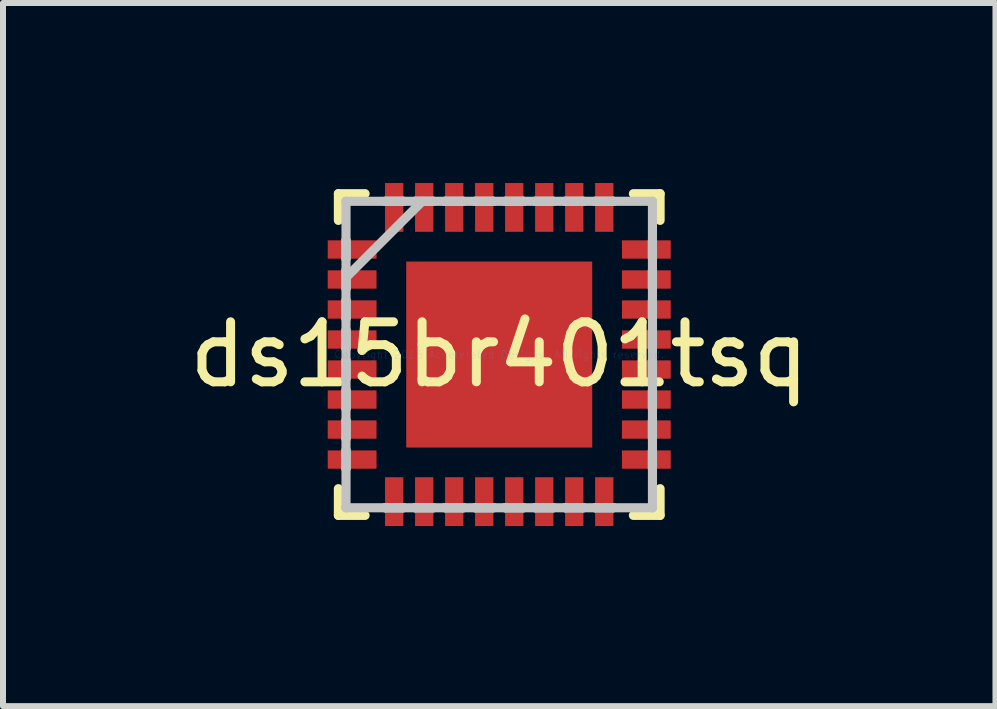
<source format=kicad_pcb>
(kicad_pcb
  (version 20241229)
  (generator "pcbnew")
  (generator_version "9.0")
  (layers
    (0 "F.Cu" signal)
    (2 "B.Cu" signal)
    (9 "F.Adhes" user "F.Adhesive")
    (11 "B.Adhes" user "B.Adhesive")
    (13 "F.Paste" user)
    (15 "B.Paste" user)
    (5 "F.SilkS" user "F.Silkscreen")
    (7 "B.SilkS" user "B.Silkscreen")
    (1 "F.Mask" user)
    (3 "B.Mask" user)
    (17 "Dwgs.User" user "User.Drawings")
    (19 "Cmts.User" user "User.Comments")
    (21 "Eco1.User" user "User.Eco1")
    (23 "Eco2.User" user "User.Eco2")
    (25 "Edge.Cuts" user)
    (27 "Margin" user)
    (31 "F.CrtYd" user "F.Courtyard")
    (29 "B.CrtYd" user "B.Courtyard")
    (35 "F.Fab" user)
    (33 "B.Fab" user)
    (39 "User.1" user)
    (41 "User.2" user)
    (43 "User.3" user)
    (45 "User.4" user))
  (footprint "ds15br401tsq"
    (layer "F.Cu")
    (at 5.268 2.857)
    (property "Reference" "ds15br401tsq" (at 0 0 0) (layer "F.SilkS") (effects (font (size 1 1) (thickness 0.15))))
    (attr through_hole)
    (fp_line (start -2.68 -2.68) (end -2.68 -2.235) (stroke (width 0.152) (type solid)) (layer "F.SilkS"))
    (fp_line (start -2.68 2.235) (end -2.68 2.68) (stroke (width 0.152) (type solid)) (layer "F.SilkS"))
    (fp_line (start -2.68 2.68) (end -2.235 2.68) (stroke (width 0.152) (type solid)) (layer "F.SilkS"))
    (fp_line (start -2.235 -2.68) (end -2.68 -2.68) (stroke (width 0.152) (type solid)) (layer "F.SilkS"))
    (fp_line (start 2.235 2.68) (end 2.68 2.68) (stroke (width 0.152) (type solid)) (layer "F.SilkS"))
    (fp_line (start 2.68 -2.68) (end 2.235 -2.68) (stroke (width 0.152) (type solid)) (layer "F.SilkS"))
    (fp_line (start 2.68 -2.235) (end 2.68 -2.68) (stroke (width 0.152) (type solid)) (layer "F.SilkS"))
    (fp_line (start 2.68 2.68) (end 2.68 2.235) (stroke (width 0.152) (type solid)) (layer "F.SilkS"))
    (fp_line (start -2.553 -2.553) (end -2.553 -2.553) (stroke (width 0.152) (type solid)) (layer "Dwgs.User"))
    (fp_line (start -2.553 -2.553) (end -2.553 2.553) (stroke (width 0.152) (type solid)) (layer "Dwgs.User"))
    (fp_line (start -2.553 -1.902) (end -2.553 -1.902) (stroke (width 0.152) (type solid)) (layer "Dwgs.User"))
    (fp_line (start -2.553 -1.902) (end -2.553 -1.598) (stroke (width 0.152) (type solid)) (layer "Dwgs.User"))
    (fp_line (start -2.553 -1.598) (end -2.553 -1.902) (stroke (width 0.152) (type solid)) (layer "Dwgs.User"))
    (fp_line (start -2.553 -1.598) (end -2.553 -1.598) (stroke (width 0.152) (type solid)) (layer "Dwgs.User"))
    (fp_line (start -2.553 -1.402) (end -2.553 -1.402) (stroke (width 0.152) (type solid)) (layer "Dwgs.User"))
    (fp_line (start -2.553 -1.402) (end -2.553 -1.098) (stroke (width 0.152) (type solid)) (layer "Dwgs.User"))
    (fp_line (start -2.553 -1.283) (end -1.283 -2.553) (stroke (width 0.152) (type solid)) (layer "Dwgs.User"))
    (fp_line (start -2.553 -1.098) (end -2.553 -1.402) (stroke (width 0.152) (type solid)) (layer "Dwgs.User"))
    (fp_line (start -2.553 -1.098) (end -2.553 -1.098) (stroke (width 0.152) (type solid)) (layer "Dwgs.User"))
    (fp_line (start -2.553 -0.902) (end -2.553 -0.902) (stroke (width 0.152) (type solid)) (layer "Dwgs.User"))
    (fp_line (start -2.553 -0.902) (end -2.553 -0.598) (stroke (width 0.152) (type solid)) (layer "Dwgs.User"))
    (fp_line (start -2.553 -0.598) (end -2.553 -0.902) (stroke (width 0.152) (type solid)) (layer "Dwgs.User"))
    (fp_line (start -2.553 -0.598) (end -2.553 -0.598) (stroke (width 0.152) (type solid)) (layer "Dwgs.User"))
    (fp_line (start -2.553 -0.402) (end -2.553 -0.402) (stroke (width 0.152) (type solid)) (layer "Dwgs.User"))
    (fp_line (start -2.553 -0.402) (end -2.553 -0.098) (stroke (width 0.152) (type solid)) (layer "Dwgs.User"))
    (fp_line (start -2.553 -0.098) (end -2.553 -0.402) (stroke (width 0.152) (type solid)) (layer "Dwgs.User"))
    (fp_line (start -2.553 -0.098) (end -2.553 -0.098) (stroke (width 0.152) (type solid)) (layer "Dwgs.User"))
    (fp_line (start -2.553 0.098) (end -2.553 0.098) (stroke (width 0.152) (type solid)) (layer "Dwgs.User"))
    (fp_line (start -2.553 0.098) (end -2.553 0.402) (stroke (width 0.152) (type solid)) (layer "Dwgs.User"))
    (fp_line (start -2.553 0.402) (end -2.553 0.098) (stroke (width 0.152) (type solid)) (layer "Dwgs.User"))
    (fp_line (start -2.553 0.402) (end -2.553 0.402) (stroke (width 0.152) (type solid)) (layer "Dwgs.User"))
    (fp_line (start -2.553 0.598) (end -2.553 0.598) (stroke (width 0.152) (type solid)) (layer "Dwgs.User"))
    (fp_line (start -2.553 0.598) (end -2.553 0.902) (stroke (width 0.152) (type solid)) (layer "Dwgs.User"))
    (fp_line (start -2.553 0.902) (end -2.553 0.598) (stroke (width 0.152) (type solid)) (layer "Dwgs.User"))
    (fp_line (start -2.553 0.902) (end -2.553 0.902) (stroke (width 0.152) (type solid)) (layer "Dwgs.User"))
    (fp_line (start -2.553 1.098) (end -2.553 1.098) (stroke (width 0.152) (type solid)) (layer "Dwgs.User"))
    (fp_line (start -2.553 1.098) (end -2.553 1.402) (stroke (width 0.152) (type solid)) (layer "Dwgs.User"))
    (fp_line (start -2.553 1.402) (end -2.553 1.098) (stroke (width 0.152) (type solid)) (layer "Dwgs.User"))
    (fp_line (start -2.553 1.402) (end -2.553 1.402) (stroke (width 0.152) (type solid)) (layer "Dwgs.User"))
    (fp_line (start -2.553 1.598) (end -2.553 1.598) (stroke (width 0.152) (type solid)) (layer "Dwgs.User"))
    (fp_line (start -2.553 1.598) (end -2.553 1.902) (stroke (width 0.152) (type solid)) (layer "Dwgs.User"))
    (fp_line (start -2.553 1.902) (end -2.553 1.598) (stroke (width 0.152) (type solid)) (layer "Dwgs.User"))
    (fp_line (start -2.553 1.902) (end -2.553 1.902) (stroke (width 0.152) (type solid)) (layer "Dwgs.User"))
    (fp_line (start -2.553 2.553) (end -2.553 2.553) (stroke (width 0.152) (type solid)) (layer "Dwgs.User"))
    (fp_line (start -2.553 2.553) (end 2.553 2.553) (stroke (width 0.152) (type solid)) (layer "Dwgs.User"))
    (fp_line (start -1.902 -2.553) (end -1.902 -2.553) (stroke (width 0.152) (type solid)) (layer "Dwgs.User"))
    (fp_line (start -1.902 -2.553) (end -1.598 -2.553) (stroke (width 0.152) (type solid)) (layer "Dwgs.User"))
    (fp_line (start -1.902 2.553) (end -1.902 2.553) (stroke (width 0.152) (type solid)) (layer "Dwgs.User"))
    (fp_line (start -1.902 2.553) (end -1.598 2.553) (stroke (width 0.152) (type solid)) (layer "Dwgs.User"))
    (fp_line (start -1.598 -2.553) (end -1.902 -2.553) (stroke (width 0.152) (type solid)) (layer "Dwgs.User"))
    (fp_line (start -1.598 -2.553) (end -1.598 -2.553) (stroke (width 0.152) (type solid)) (layer "Dwgs.User"))
    (fp_line (start -1.598 2.553) (end -1.902 2.553) (stroke (width 0.152) (type solid)) (layer "Dwgs.User"))
    (fp_line (start -1.598 2.553) (end -1.598 2.553) (stroke (width 0.152) (type solid)) (layer "Dwgs.User"))
    (fp_line (start -1.402 -2.553) (end -1.402 -2.553) (stroke (width 0.152) (type solid)) (layer "Dwgs.User"))
    (fp_line (start -1.402 -2.553) (end -1.098 -2.553) (stroke (width 0.152) (type solid)) (layer "Dwgs.User"))
    (fp_line (start -1.402 2.553) (end -1.402 2.553) (stroke (width 0.152) (type solid)) (layer "Dwgs.User"))
    (fp_line (start -1.402 2.553) (end -1.098 2.553) (stroke (width 0.152) (type solid)) (layer "Dwgs.User"))
    (fp_line (start -1.098 -2.553) (end -1.402 -2.553) (stroke (width 0.152) (type solid)) (layer "Dwgs.User"))
    (fp_line (start -1.098 -2.553) (end -1.098 -2.553) (stroke (width 0.152) (type solid)) (layer "Dwgs.User"))
    (fp_line (start -1.098 2.553) (end -1.402 2.553) (stroke (width 0.152) (type solid)) (layer "Dwgs.User"))
    (fp_line (start -1.098 2.553) (end -1.098 2.553) (stroke (width 0.152) (type solid)) (layer "Dwgs.User"))
    (fp_line (start -0.902 -2.553) (end -0.902 -2.553) (stroke (width 0.152) (type solid)) (layer "Dwgs.User"))
    (fp_line (start -0.902 -2.553) (end -0.598 -2.553) (stroke (width 0.152) (type solid)) (layer "Dwgs.User"))
    (fp_line (start -0.902 2.553) (end -0.902 2.553) (stroke (width 0.152) (type solid)) (layer "Dwgs.User"))
    (fp_line (start -0.902 2.553) (end -0.598 2.553) (stroke (width 0.152) (type solid)) (layer "Dwgs.User"))
    (fp_line (start -0.598 -2.553) (end -0.902 -2.553) (stroke (width 0.152) (type solid)) (layer "Dwgs.User"))
    (fp_line (start -0.598 -2.553) (end -0.598 -2.553) (stroke (width 0.152) (type solid)) (layer "Dwgs.User"))
    (fp_line (start -0.598 2.553) (end -0.902 2.553) (stroke (width 0.152) (type solid)) (layer "Dwgs.User"))
    (fp_line (start -0.598 2.553) (end -0.598 2.553) (stroke (width 0.152) (type solid)) (layer "Dwgs.User"))
    (fp_line (start -0.402 -2.553) (end -0.402 -2.553) (stroke (width 0.152) (type solid)) (layer "Dwgs.User"))
    (fp_line (start -0.402 -2.553) (end -0.098 -2.553) (stroke (width 0.152) (type solid)) (layer "Dwgs.User"))
    (fp_line (start -0.402 2.553) (end -0.402 2.553) (stroke (width 0.152) (type solid)) (layer "Dwgs.User"))
    (fp_line (start -0.402 2.553) (end -0.098 2.553) (stroke (width 0.152) (type solid)) (layer "Dwgs.User"))
    (fp_line (start -0.098 -2.553) (end -0.402 -2.553) (stroke (width 0.152) (type solid)) (layer "Dwgs.User"))
    (fp_line (start -0.098 -2.553) (end -0.098 -2.553) (stroke (width 0.152) (type solid)) (layer "Dwgs.User"))
    (fp_line (start -0.098 2.553) (end -0.402 2.553) (stroke (width 0.152) (type solid)) (layer "Dwgs.User"))
    (fp_line (start -0.098 2.553) (end -0.098 2.553) (stroke (width 0.152) (type solid)) (layer "Dwgs.User"))
    (fp_line (start 0.098 -2.553) (end 0.098 -2.553) (stroke (width 0.152) (type solid)) (layer "Dwgs.User"))
    (fp_line (start 0.098 -2.553) (end 0.402 -2.553) (stroke (width 0.152) (type solid)) (layer "Dwgs.User"))
    (fp_line (start 0.098 2.553) (end 0.098 2.553) (stroke (width 0.152) (type solid)) (layer "Dwgs.User"))
    (fp_line (start 0.098 2.553) (end 0.402 2.553) (stroke (width 0.152) (type solid)) (layer "Dwgs.User"))
    (fp_line (start 0.402 -2.553) (end 0.098 -2.553) (stroke (width 0.152) (type solid)) (layer "Dwgs.User"))
    (fp_line (start 0.402 -2.553) (end 0.402 -2.553) (stroke (width 0.152) (type solid)) (layer "Dwgs.User"))
    (fp_line (start 0.402 2.553) (end 0.098 2.553) (stroke (width 0.152) (type solid)) (layer "Dwgs.User"))
    (fp_line (start 0.402 2.553) (end 0.402 2.553) (stroke (width 0.152) (type solid)) (layer "Dwgs.User"))
    (fp_line (start 0.598 -2.553) (end 0.598 -2.553) (stroke (width 0.152) (type solid)) (layer "Dwgs.User"))
    (fp_line (start 0.598 -2.553) (end 0.902 -2.553) (stroke (width 0.152) (type solid)) (layer "Dwgs.User"))
    (fp_line (start 0.598 2.553) (end 0.598 2.553) (stroke (width 0.152) (type solid)) (layer "Dwgs.User"))
    (fp_line (start 0.598 2.553) (end 0.902 2.553) (stroke (width 0.152) (type solid)) (layer "Dwgs.User"))
    (fp_line (start 0.902 -2.553) (end 0.598 -2.553) (stroke (width 0.152) (type solid)) (layer "Dwgs.User"))
    (fp_line (start 0.902 -2.553) (end 0.902 -2.553) (stroke (width 0.152) (type solid)) (layer "Dwgs.User"))
    (fp_line (start 0.902 2.553) (end 0.598 2.553) (stroke (width 0.152) (type solid)) (layer "Dwgs.User"))
    (fp_line (start 0.902 2.553) (end 0.902 2.553) (stroke (width 0.152) (type solid)) (layer "Dwgs.User"))
    (fp_line (start 1.098 -2.553) (end 1.098 -2.553) (stroke (width 0.152) (type solid)) (layer "Dwgs.User"))
    (fp_line (start 1.098 -2.553) (end 1.402 -2.553) (stroke (width 0.152) (type solid)) (layer "Dwgs.User"))
    (fp_line (start 1.098 2.553) (end 1.098 2.553) (stroke (width 0.152) (type solid)) (layer "Dwgs.User"))
    (fp_line (start 1.098 2.553) (end 1.402 2.553) (stroke (width 0.152) (type solid)) (layer "Dwgs.User"))
    (fp_line (start 1.402 -2.553) (end 1.098 -2.553) (stroke (width 0.152) (type solid)) (layer "Dwgs.User"))
    (fp_line (start 1.402 -2.553) (end 1.402 -2.553) (stroke (width 0.152) (type solid)) (layer "Dwgs.User"))
    (fp_line (start 1.402 2.553) (end 1.098 2.553) (stroke (width 0.152) (type solid)) (layer "Dwgs.User"))
    (fp_line (start 1.402 2.553) (end 1.402 2.553) (stroke (width 0.152) (type solid)) (layer "Dwgs.User"))
    (fp_line (start 1.598 -2.553) (end 1.598 -2.553) (stroke (width 0.152) (type solid)) (layer "Dwgs.User"))
    (fp_line (start 1.598 -2.553) (end 1.902 -2.553) (stroke (width 0.152) (type solid)) (layer "Dwgs.User"))
    (fp_line (start 1.598 2.553) (end 1.598 2.553) (stroke (width 0.152) (type solid)) (layer "Dwgs.User"))
    (fp_line (start 1.598 2.553) (end 1.902 2.553) (stroke (width 0.152) (type solid)) (layer "Dwgs.User"))
    (fp_line (start 1.902 -2.553) (end 1.598 -2.553) (stroke (width 0.152) (type solid)) (layer "Dwgs.User"))
    (fp_line (start 1.902 -2.553) (end 1.902 -2.553) (stroke (width 0.152) (type solid)) (layer "Dwgs.User"))
    (fp_line (start 1.902 2.553) (end 1.598 2.553) (stroke (width 0.152) (type solid)) (layer "Dwgs.User"))
    (fp_line (start 1.902 2.553) (end 1.902 2.553) (stroke (width 0.152) (type solid)) (layer "Dwgs.User"))
    (fp_line (start 2.553 -2.553) (end -2.553 -2.553) (stroke (width 0.152) (type solid)) (layer "Dwgs.User"))
    (fp_line (start 2.553 -2.553) (end 2.553 -2.553) (stroke (width 0.152) (type solid)) (layer "Dwgs.User"))
    (fp_line (start 2.553 -1.902) (end 2.553 -1.902) (stroke (width 0.152) (type solid)) (layer "Dwgs.User"))
    (fp_line (start 2.553 -1.902) (end 2.553 -1.598) (stroke (width 0.152) (type solid)) (layer "Dwgs.User"))
    (fp_line (start 2.553 -1.598) (end 2.553 -1.902) (stroke (width 0.152) (type solid)) (layer "Dwgs.User"))
    (fp_line (start 2.553 -1.598) (end 2.553 -1.598) (stroke (width 0.152) (type solid)) (layer "Dwgs.User"))
    (fp_line (start 2.553 -1.402) (end 2.553 -1.402) (stroke (width 0.152) (type solid)) (layer "Dwgs.User"))
    (fp_line (start 2.553 -1.402) (end 2.553 -1.098) (stroke (width 0.152) (type solid)) (layer "Dwgs.User"))
    (fp_line (start 2.553 -1.098) (end 2.553 -1.402) (stroke (width 0.152) (type solid)) (layer "Dwgs.User"))
    (fp_line (start 2.553 -1.098) (end 2.553 -1.098) (stroke (width 0.152) (type solid)) (layer "Dwgs.User"))
    (fp_line (start 2.553 -0.902) (end 2.553 -0.902) (stroke (width 0.152) (type solid)) (layer "Dwgs.User"))
    (fp_line (start 2.553 -0.902) (end 2.553 -0.598) (stroke (width 0.152) (type solid)) (layer "Dwgs.User"))
    (fp_line (start 2.553 -0.598) (end 2.553 -0.902) (stroke (width 0.152) (type solid)) (layer "Dwgs.User"))
    (fp_line (start 2.553 -0.598) (end 2.553 -0.598) (stroke (width 0.152) (type solid)) (layer "Dwgs.User"))
    (fp_line (start 2.553 -0.402) (end 2.553 -0.402) (stroke (width 0.152) (type solid)) (layer "Dwgs.User"))
    (fp_line (start 2.553 -0.402) (end 2.553 -0.098) (stroke (width 0.152) (type solid)) (layer "Dwgs.User"))
    (fp_line (start 2.553 -0.098) (end 2.553 -0.402) (stroke (width 0.152) (type solid)) (layer "Dwgs.User"))
    (fp_line (start 2.553 -0.098) (end 2.553 -0.098) (stroke (width 0.152) (type solid)) (layer "Dwgs.User"))
    (fp_line (start 2.553 0.098) (end 2.553 0.098) (stroke (width 0.152) (type solid)) (layer "Dwgs.User"))
    (fp_line (start 2.553 0.098) (end 2.553 0.402) (stroke (width 0.152) (type solid)) (layer "Dwgs.User"))
    (fp_line (start 2.553 0.402) (end 2.553 0.098) (stroke (width 0.152) (type solid)) (layer "Dwgs.User"))
    (fp_line (start 2.553 0.402) (end 2.553 0.402) (stroke (width 0.152) (type solid)) (layer "Dwgs.User"))
    (fp_line (start 2.553 0.598) (end 2.553 0.598) (stroke (width 0.152) (type solid)) (layer "Dwgs.User"))
    (fp_line (start 2.553 0.598) (end 2.553 0.902) (stroke (width 0.152) (type solid)) (layer "Dwgs.User"))
    (fp_line (start 2.553 0.902) (end 2.553 0.598) (stroke (width 0.152) (type solid)) (layer "Dwgs.User"))
    (fp_line (start 2.553 0.902) (end 2.553 0.902) (stroke (width 0.152) (type solid)) (layer "Dwgs.User"))
    (fp_line (start 2.553 1.098) (end 2.553 1.098) (stroke (width 0.152) (type solid)) (layer "Dwgs.User"))
    (fp_line (start 2.553 1.098) (end 2.553 1.402) (stroke (width 0.152) (type solid)) (layer "Dwgs.User"))
    (fp_line (start 2.553 1.402) (end 2.553 1.098) (stroke (width 0.152) (type solid)) (layer "Dwgs.User"))
    (fp_line (start 2.553 1.402) (end 2.553 1.402) (stroke (width 0.152) (type solid)) (layer "Dwgs.User"))
    (fp_line (start 2.553 1.598) (end 2.553 1.598) (stroke (width 0.152) (type solid)) (layer "Dwgs.User"))
    (fp_line (start 2.553 1.598) (end 2.553 1.902) (stroke (width 0.152) (type solid)) (layer "Dwgs.User"))
    (fp_line (start 2.553 1.902) (end 2.553 1.598) (stroke (width 0.152) (type solid)) (layer "Dwgs.User"))
    (fp_line (start 2.553 1.902) (end 2.553 1.902) (stroke (width 0.152) (type solid)) (layer "Dwgs.User"))
    (fp_line (start 2.553 2.553) (end 2.553 -2.553) (stroke (width 0.152) (type solid)) (layer "Dwgs.User"))
    (fp_line (start 2.553 2.553) (end 2.553 2.553) (stroke (width 0.152) (type solid)) (layer "Dwgs.User"))
    (fp_text user "Copyright 2016 Accelerated Designs. All rights reserved." (at 0 0 0) (layer "Cmts.User") (effects (font (size 0.127 0.127) (thickness 0.002))))
    (pad "" smd rect (at -2.451 -1.75 90) (size 0.305 0.813) (layers "F.Mask"))
    (pad "" smd rect (at -2.451 -1.75 90) (size 0.305 0.813) (layers "F.Paste"))
    (pad "" smd rect (at -2.451 -1.25 90) (size 0.305 0.813) (layers "F.Mask"))
    (pad "" smd rect (at -2.451 -1.25 90) (size 0.305 0.813) (layers "F.Paste"))
    (pad "" smd rect (at -2.451 -0.75 90) (size 0.305 0.813) (layers "F.Mask"))
    (pad "" smd rect (at -2.451 -0.75 90) (size 0.305 0.813) (layers "F.Paste"))
    (pad "" smd rect (at -2.451 -0.25 90) (size 0.305 0.813) (layers "F.Mask"))
    (pad "" smd rect (at -2.451 -0.25 90) (size 0.305 0.813) (layers "F.Paste"))
    (pad "" smd rect (at -2.451 0.25 90) (size 0.305 0.813) (layers "F.Mask"))
    (pad "" smd rect (at -2.451 0.25 90) (size 0.305 0.813) (layers "F.Paste"))
    (pad "" smd rect (at -2.451 0.75 90) (size 0.305 0.813) (layers "F.Mask"))
    (pad "" smd rect (at -2.451 0.75 90) (size 0.305 0.813) (layers "F.Paste"))
    (pad "" smd rect (at -2.451 1.25 90) (size 0.305 0.813) (layers "F.Mask"))
    (pad "" smd rect (at -2.451 1.25 90) (size 0.305 0.813) (layers "F.Paste"))
    (pad "" smd rect (at -2.451 1.75 90) (size 0.305 0.813) (layers "F.Mask"))
    (pad "" smd rect (at -2.451 1.75 90) (size 0.305 0.813) (layers "F.Paste"))
    (pad "" smd rect (at -1.75 -2.451) (size 0.305 0.813) (layers "F.Mask"))
    (pad "" smd rect (at -1.75 -2.451) (size 0.305 0.813) (layers "F.Paste"))
    (pad "" smd rect (at -1.75 2.451) (size 0.305 0.813) (layers "F.Mask"))
    (pad "" smd rect (at -1.75 2.451) (size 0.305 0.813) (layers "F.Paste"))
    (pad "" smd rect (at -1.25 -2.451) (size 0.305 0.813) (layers "F.Mask"))
    (pad "" smd rect (at -1.25 -2.451) (size 0.305 0.813) (layers "F.Paste"))
    (pad "" smd rect (at -1.25 2.451) (size 0.305 0.813) (layers "F.Mask"))
    (pad "" smd rect (at -1.25 2.451) (size 0.305 0.813) (layers "F.Paste"))
    (pad "" smd rect (at -0.75 -2.451) (size 0.305 0.813) (layers "F.Mask"))
    (pad "" smd rect (at -0.75 -2.451) (size 0.305 0.813) (layers "F.Paste"))
    (pad "" smd rect (at -0.75 2.451) (size 0.305 0.813) (layers "F.Mask"))
    (pad "" smd rect (at -0.75 2.451) (size 0.305 0.813) (layers "F.Paste"))
    (pad "" smd rect (at -0.25 -2.451) (size 0.305 0.813) (layers "F.Mask"))
    (pad "" smd rect (at -0.25 -2.451) (size 0.305 0.813) (layers "F.Paste"))
    (pad "" smd rect (at -0.25 2.451) (size 0.305 0.813) (layers "F.Mask"))
    (pad "" smd rect (at -0.25 2.451) (size 0.305 0.813) (layers "F.Paste"))
    (pad "" smd rect (at 0 0) (size 0.025 0.025) (layers "F.Paste"))
    (pad "" smd rect (at 0 0) (size 3.099 3.099) (layers "F.Mask"))
    (pad "" smd rect (at 0.25 -2.451) (size 0.305 0.813) (layers "F.Mask"))
    (pad "" smd rect (at 0.25 -2.451) (size 0.305 0.813) (layers "F.Paste"))
    (pad "" smd rect (at 0.25 2.451) (size 0.305 0.813) (layers "F.Mask"))
    (pad "" smd rect (at 0.25 2.451) (size 0.305 0.813) (layers "F.Paste"))
    (pad "" smd rect (at 0.75 -2.451) (size 0.305 0.813) (layers "F.Mask"))
    (pad "" smd rect (at 0.75 -2.451) (size 0.305 0.813) (layers "F.Paste"))
    (pad "" smd rect (at 0.75 2.451) (size 0.305 0.813) (layers "F.Mask"))
    (pad "" smd rect (at 0.75 2.451) (size 0.305 0.813) (layers "F.Paste"))
    (pad "" smd rect (at 1.25 -2.451) (size 0.305 0.813) (layers "F.Mask"))
    (pad "" smd rect (at 1.25 -2.451) (size 0.305 0.813) (layers "F.Paste"))
    (pad "" smd rect (at 1.25 2.451) (size 0.305 0.813) (layers "F.Mask"))
    (pad "" smd rect (at 1.25 2.451) (size 0.305 0.813) (layers "F.Paste"))
    (pad "" smd rect (at 1.75 -2.451) (size 0.305 0.813) (layers "F.Mask"))
    (pad "" smd rect (at 1.75 -2.451) (size 0.305 0.813) (layers "F.Paste"))
    (pad "" smd rect (at 1.75 2.451) (size 0.305 0.813) (layers "F.Mask"))
    (pad "" smd rect (at 1.75 2.451) (size 0.305 0.813) (layers "F.Paste"))
    (pad "" smd rect (at 2.451 -1.75 90) (size 0.305 0.813) (layers "F.Mask"))
    (pad "" smd rect (at 2.451 -1.75 90) (size 0.305 0.813) (layers "F.Paste"))
    (pad "" smd rect (at 2.451 -1.25 90) (size 0.305 0.813) (layers "F.Mask"))
    (pad "" smd rect (at 2.451 -1.25 90) (size 0.305 0.813) (layers "F.Paste"))
    (pad "" smd rect (at 2.451 -0.75 90) (size 0.305 0.813) (layers "F.Mask"))
    (pad "" smd rect (at 2.451 -0.75 90) (size 0.305 0.813) (layers "F.Paste"))
    (pad "" smd rect (at 2.451 -0.25 90) (size 0.305 0.813) (layers "F.Mask"))
    (pad "" smd rect (at 2.451 -0.25 90) (size 0.305 0.813) (layers "F.Paste"))
    (pad "" smd rect (at 2.451 0.25 90) (size 0.305 0.813) (layers "F.Mask"))
    (pad "" smd rect (at 2.451 0.25 90) (size 0.305 0.813) (layers "F.Paste"))
    (pad "" smd rect (at 2.451 0.75 90) (size 0.305 0.813) (layers "F.Mask"))
    (pad "" smd rect (at 2.451 0.75 90) (size 0.305 0.813) (layers "F.Paste"))
    (pad "" smd rect (at 2.451 1.25 90) (size 0.305 0.813) (layers "F.Mask"))
    (pad "" smd rect (at 2.451 1.25 90) (size 0.305 0.813) (layers "F.Paste"))
    (pad "" smd rect (at 2.451 1.75 90) (size 0.305 0.813) (layers "F.Mask"))
    (pad "" smd rect (at 2.451 1.75 90) (size 0.305 0.813) (layers "F.Paste"))
    (pad "1" smd rect (at -2.451 -1.75 90) (size 0.305 0.813) (layers "F.Cu"))
    (pad "2" smd rect (at -2.451 -1.25 90) (size 0.305 0.813) (layers "F.Cu"))
    (pad "3" smd rect (at -2.451 -0.75 90) (size 0.305 0.813) (layers "F.Cu"))
    (pad "4" smd rect (at -2.451 -0.25 90) (size 0.305 0.813) (layers "F.Cu"))
    (pad "5" smd rect (at -2.451 0.25 90) (size 0.305 0.813) (layers "F.Cu"))
    (pad "6" smd rect (at -2.451 0.75 90) (size 0.305 0.813) (layers "F.Cu"))
    (pad "7" smd rect (at -2.451 1.25 90) (size 0.305 0.813) (layers "F.Cu"))
    (pad "8" smd rect (at -2.451 1.75 90) (size 0.305 0.813) (layers "F.Cu"))
    (pad "9" smd rect (at -1.75 2.451) (size 0.305 0.813) (layers "F.Cu"))
    (pad "10" smd rect (at -1.25 2.451) (size 0.305 0.813) (layers "F.Cu"))
    (pad "11" smd rect (at -0.75 2.451) (size 0.305 0.813) (layers "F.Cu"))
    (pad "12" smd rect (at -0.25 2.451) (size 0.305 0.813) (layers "F.Cu"))
    (pad "13" smd rect (at 0.25 2.451) (size 0.305 0.813) (layers "F.Cu"))
    (pad "14" smd rect (at 0.75 2.451) (size 0.305 0.813) (layers "F.Cu"))
    (pad "15" smd rect (at 1.25 2.451) (size 0.305 0.813) (layers "F.Cu"))
    (pad "16" smd rect (at 1.75 2.451) (size 0.305 0.813) (layers "F.Cu"))
    (pad "17" smd rect (at 2.451 1.75 90) (size 0.305 0.813) (layers "F.Cu"))
    (pad "18" smd rect (at 2.451 1.25 90) (size 0.305 0.813) (layers "F.Cu"))
    (pad "19" smd rect (at 2.451 0.75 90) (size 0.305 0.813) (layers "F.Cu"))
    (pad "20" smd rect (at 2.451 0.25 90) (size 0.305 0.813) (layers "F.Cu"))
    (pad "21" smd rect (at 2.451 -0.25 90) (size 0.305 0.813) (layers "F.Cu"))
    (pad "22" smd rect (at 2.451 -0.75 90) (size 0.305 0.813) (layers "F.Cu"))
    (pad "23" smd rect (at 2.451 -1.25 90) (size 0.305 0.813) (layers "F.Cu"))
    (pad "24" smd rect (at 2.451 -1.75 90) (size 0.305 0.813) (layers "F.Cu"))
    (pad "25" smd rect (at 1.75 -2.451) (size 0.305 0.813) (layers "F.Cu"))
    (pad "26" smd rect (at 1.25 -2.451) (size 0.305 0.813) (layers "F.Cu"))
    (pad "27" smd rect (at 0.75 -2.451) (size 0.305 0.813) (layers "F.Cu"))
    (pad "28" smd rect (at 0.25 -2.451) (size 0.305 0.813) (layers "F.Cu"))
    (pad "29" smd rect (at -0.25 -2.451) (size 0.305 0.813) (layers "F.Cu"))
    (pad "30" smd rect (at -0.75 -2.451) (size 0.305 0.813) (layers "F.Cu"))
    (pad "31" smd rect (at -1.25 -2.451) (size 0.305 0.813) (layers "F.Cu"))
    (pad "32" smd rect (at -1.75 -2.451) (size 0.305 0.813) (layers "F.Cu"))
    (pad "33" smd rect (at 0 0) (size 3.099 3.099) (layers "F.Cu")))
  (gr_rect
    (start -3 -3)
    (end 13.536 8.715)
    (stroke (width 0.1) (type default))
    (fill no)
    (layer "Edge.Cuts")))
</source>
